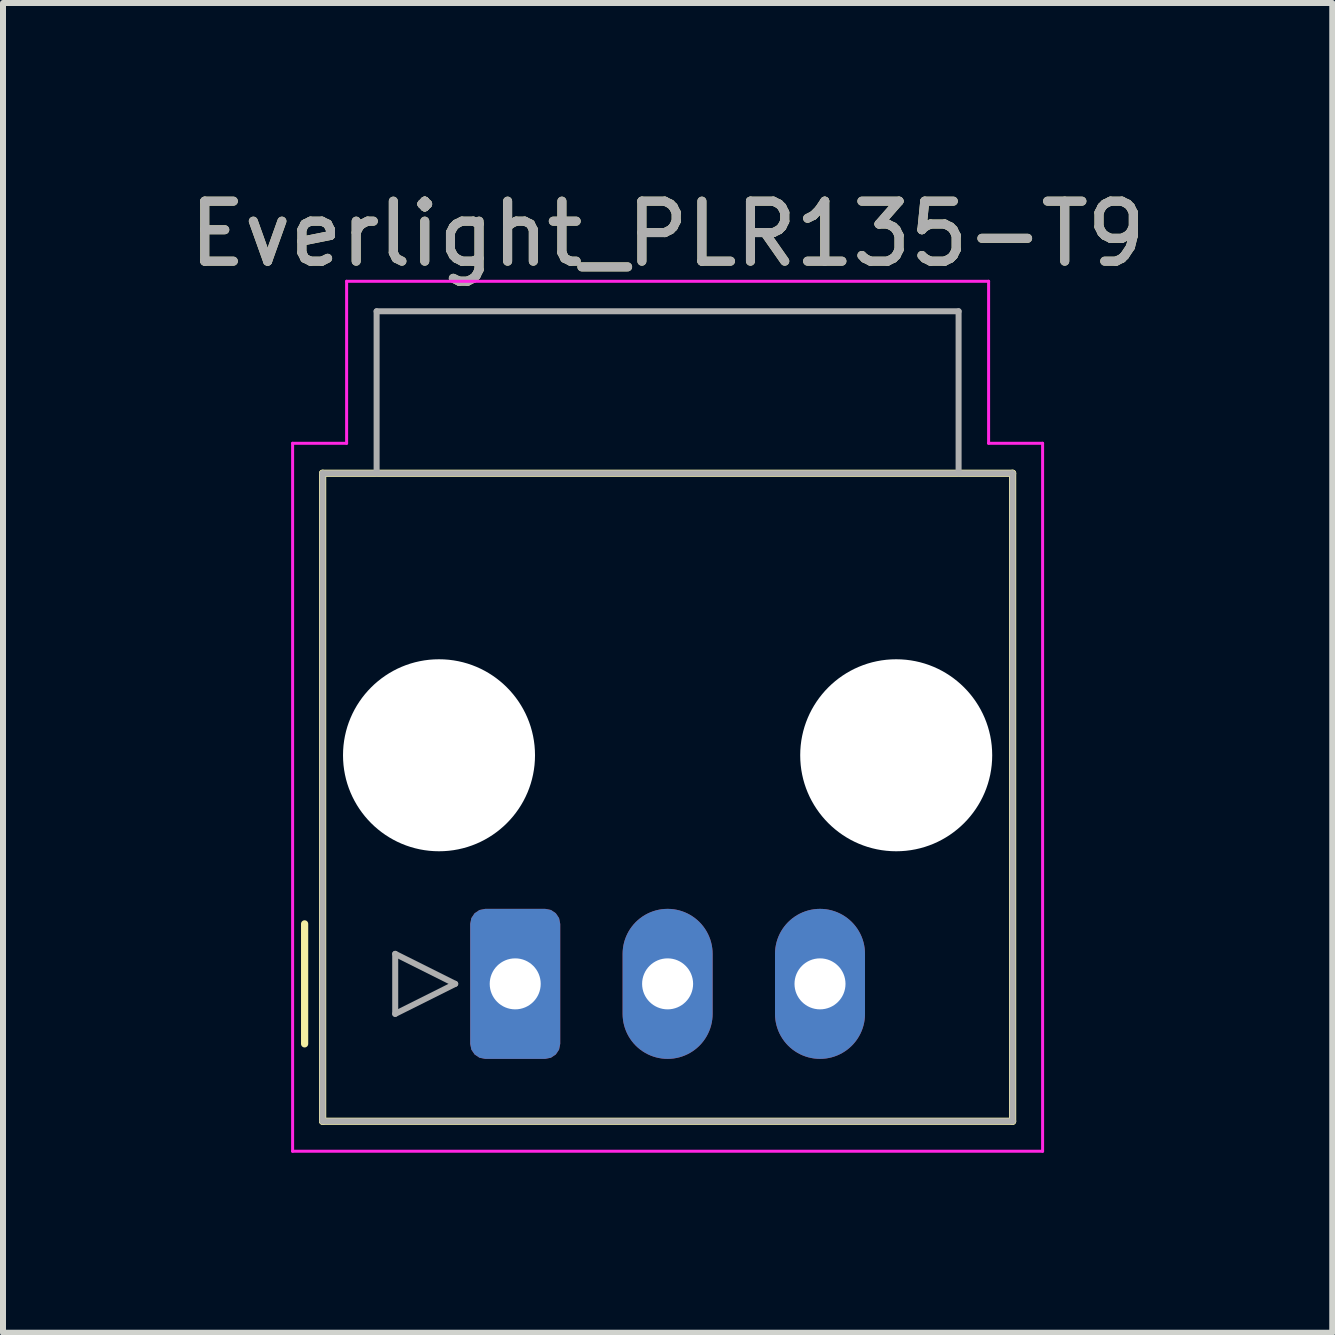
<source format=kicad_pcb>
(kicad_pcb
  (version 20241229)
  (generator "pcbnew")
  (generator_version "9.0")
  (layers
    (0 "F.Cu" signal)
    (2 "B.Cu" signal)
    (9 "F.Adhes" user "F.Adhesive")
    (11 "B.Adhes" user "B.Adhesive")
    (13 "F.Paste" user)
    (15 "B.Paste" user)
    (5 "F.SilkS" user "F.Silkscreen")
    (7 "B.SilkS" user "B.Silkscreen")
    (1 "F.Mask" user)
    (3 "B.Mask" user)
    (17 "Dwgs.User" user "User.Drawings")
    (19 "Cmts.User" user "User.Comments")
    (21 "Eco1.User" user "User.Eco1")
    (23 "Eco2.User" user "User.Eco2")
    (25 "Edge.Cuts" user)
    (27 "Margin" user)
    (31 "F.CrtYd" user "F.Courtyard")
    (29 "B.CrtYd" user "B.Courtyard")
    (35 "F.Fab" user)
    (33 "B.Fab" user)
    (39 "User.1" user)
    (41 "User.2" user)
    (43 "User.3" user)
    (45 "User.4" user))
  (footprint "Everlight_PLR135-T9"
    (layer "F.Cu")
    (at 5.537 13.348)
    (property "Reference" "Everlight_PLR135-T9" (at 2.54 -12.5 0) (layer "F.SilkS") (effects (font (size 1 1) (thickness 0.15))))
    (attr through_hole)
    (fp_line (start -3.51 -1) (end -3.51 1) (stroke (width 0.12) (type solid)) (layer "F.SilkS"))
    (fp_line (start -3.21 2.29) (end -3.21 -8.51) (stroke (width 0.12) (type solid)) (layer "F.SilkS"))
    (fp_line (start -3.21 2.29) (end 8.29 2.29) (stroke (width 0.12) (type solid)) (layer "F.SilkS"))
    (fp_line (start 8.29 -8.51) (end -3.21 -8.51) (stroke (width 0.12) (type solid)) (layer "F.SilkS"))
    (fp_line (start 8.29 2.29) (end 8.29 -8.51) (stroke (width 0.12) (type solid)) (layer "F.SilkS"))
    (fp_line (start -3.71 2.79) (end -3.71 -9.01) (stroke (width 0.05) (type solid)) (layer "F.CrtYd"))
    (fp_line (start -3.71 2.79) (end 8.79 2.79) (stroke (width 0.05) (type solid)) (layer "F.CrtYd"))
    (fp_line (start -2.81 -11.71) (end -2.81 -9.01) (stroke (width 0.05) (type solid)) (layer "F.CrtYd"))
    (fp_line (start -2.81 -11.71) (end 7.89 -11.71) (stroke (width 0.05) (type solid)) (layer "F.CrtYd"))
    (fp_line (start -2.81 -9.01) (end -3.71 -9.01) (stroke (width 0.05) (type solid)) (layer "F.CrtYd"))
    (fp_line (start 7.89 -11.71) (end 7.89 -9.01) (stroke (width 0.05) (type solid)) (layer "F.CrtYd"))
    (fp_line (start 8.79 -9.01) (end 7.89 -9.01) (stroke (width 0.05) (type solid)) (layer "F.CrtYd"))
    (fp_line (start 8.79 2.79) (end 8.79 -9.01) (stroke (width 0.05) (type solid)) (layer "F.CrtYd"))
    (fp_line (start -3.21 2.29) (end -3.21 -8.51) (stroke (width 0.1) (type solid)) (layer "F.Fab"))
    (fp_line (start -3.21 2.29) (end 8.29 2.29) (stroke (width 0.1) (type solid)) (layer "F.Fab"))
    (fp_line (start -2.31 -11.21) (end -2.31 -8.51) (stroke (width 0.1) (type solid)) (layer "F.Fab"))
    (fp_line (start -2.31 -11.21) (end 7.39 -11.21) (stroke (width 0.1) (type solid)) (layer "F.Fab"))
    (fp_line (start -2 -0.5) (end -2 0.5) (stroke (width 0.1) (type solid)) (layer "F.Fab"))
    (fp_line (start -2 0.5) (end -1 0) (stroke (width 0.1) (type solid)) (layer "F.Fab"))
    (fp_line (start -1 0) (end -2 -0.5) (stroke (width 0.1) (type solid)) (layer "F.Fab"))
    (fp_line (start 7.39 -11.21) (end 7.39 -8.51) (stroke (width 0.1) (type solid)) (layer "F.Fab"))
    (fp_line (start 8.29 -8.51) (end -3.21 -8.51) (stroke (width 0.1) (type solid)) (layer "F.Fab"))
    (fp_line (start 8.29 2.29) (end 8.29 -8.51) (stroke (width 0.1) (type solid)) (layer "F.Fab"))
    (fp_text user "${REFERENCE}" (at 2.54 -12.5 0) (layer "F.Fab") (effects (font (size 1 1) (thickness 0.15))))
    (pad "" np_thru_hole circle (at -1.27 -3.81) (size 3.2 3.2) (drill 3.2) (layers "*.Cu" "*.Mask"))
    (pad "" np_thru_hole circle (at 6.35 -3.81) (size 3.2 3.2) (drill 3.2) (layers "*.Cu" "*.Mask"))
    (pad "1" thru_hole roundrect (at 0 0) (size 1.5 2.5) (drill 0.85) (layers "*.Cu" "*.Mask") (roundrect_rratio 0.167))
    (pad "2" thru_hole oval (at 2.54 0) (size 1.5 2.5) (drill 0.85) (layers "*.Cu" "*.Mask"))
    (pad "3" thru_hole oval (at 5.08 0) (size 1.5 2.5) (drill 0.85) (layers "*.Cu" "*.Mask")))
  (gr_rect
    (start -3 -3)
    (end 19.155 19.163)
    (stroke (width 0.1) (type default))
    (fill no)
    (layer "Edge.Cuts")))
</source>
